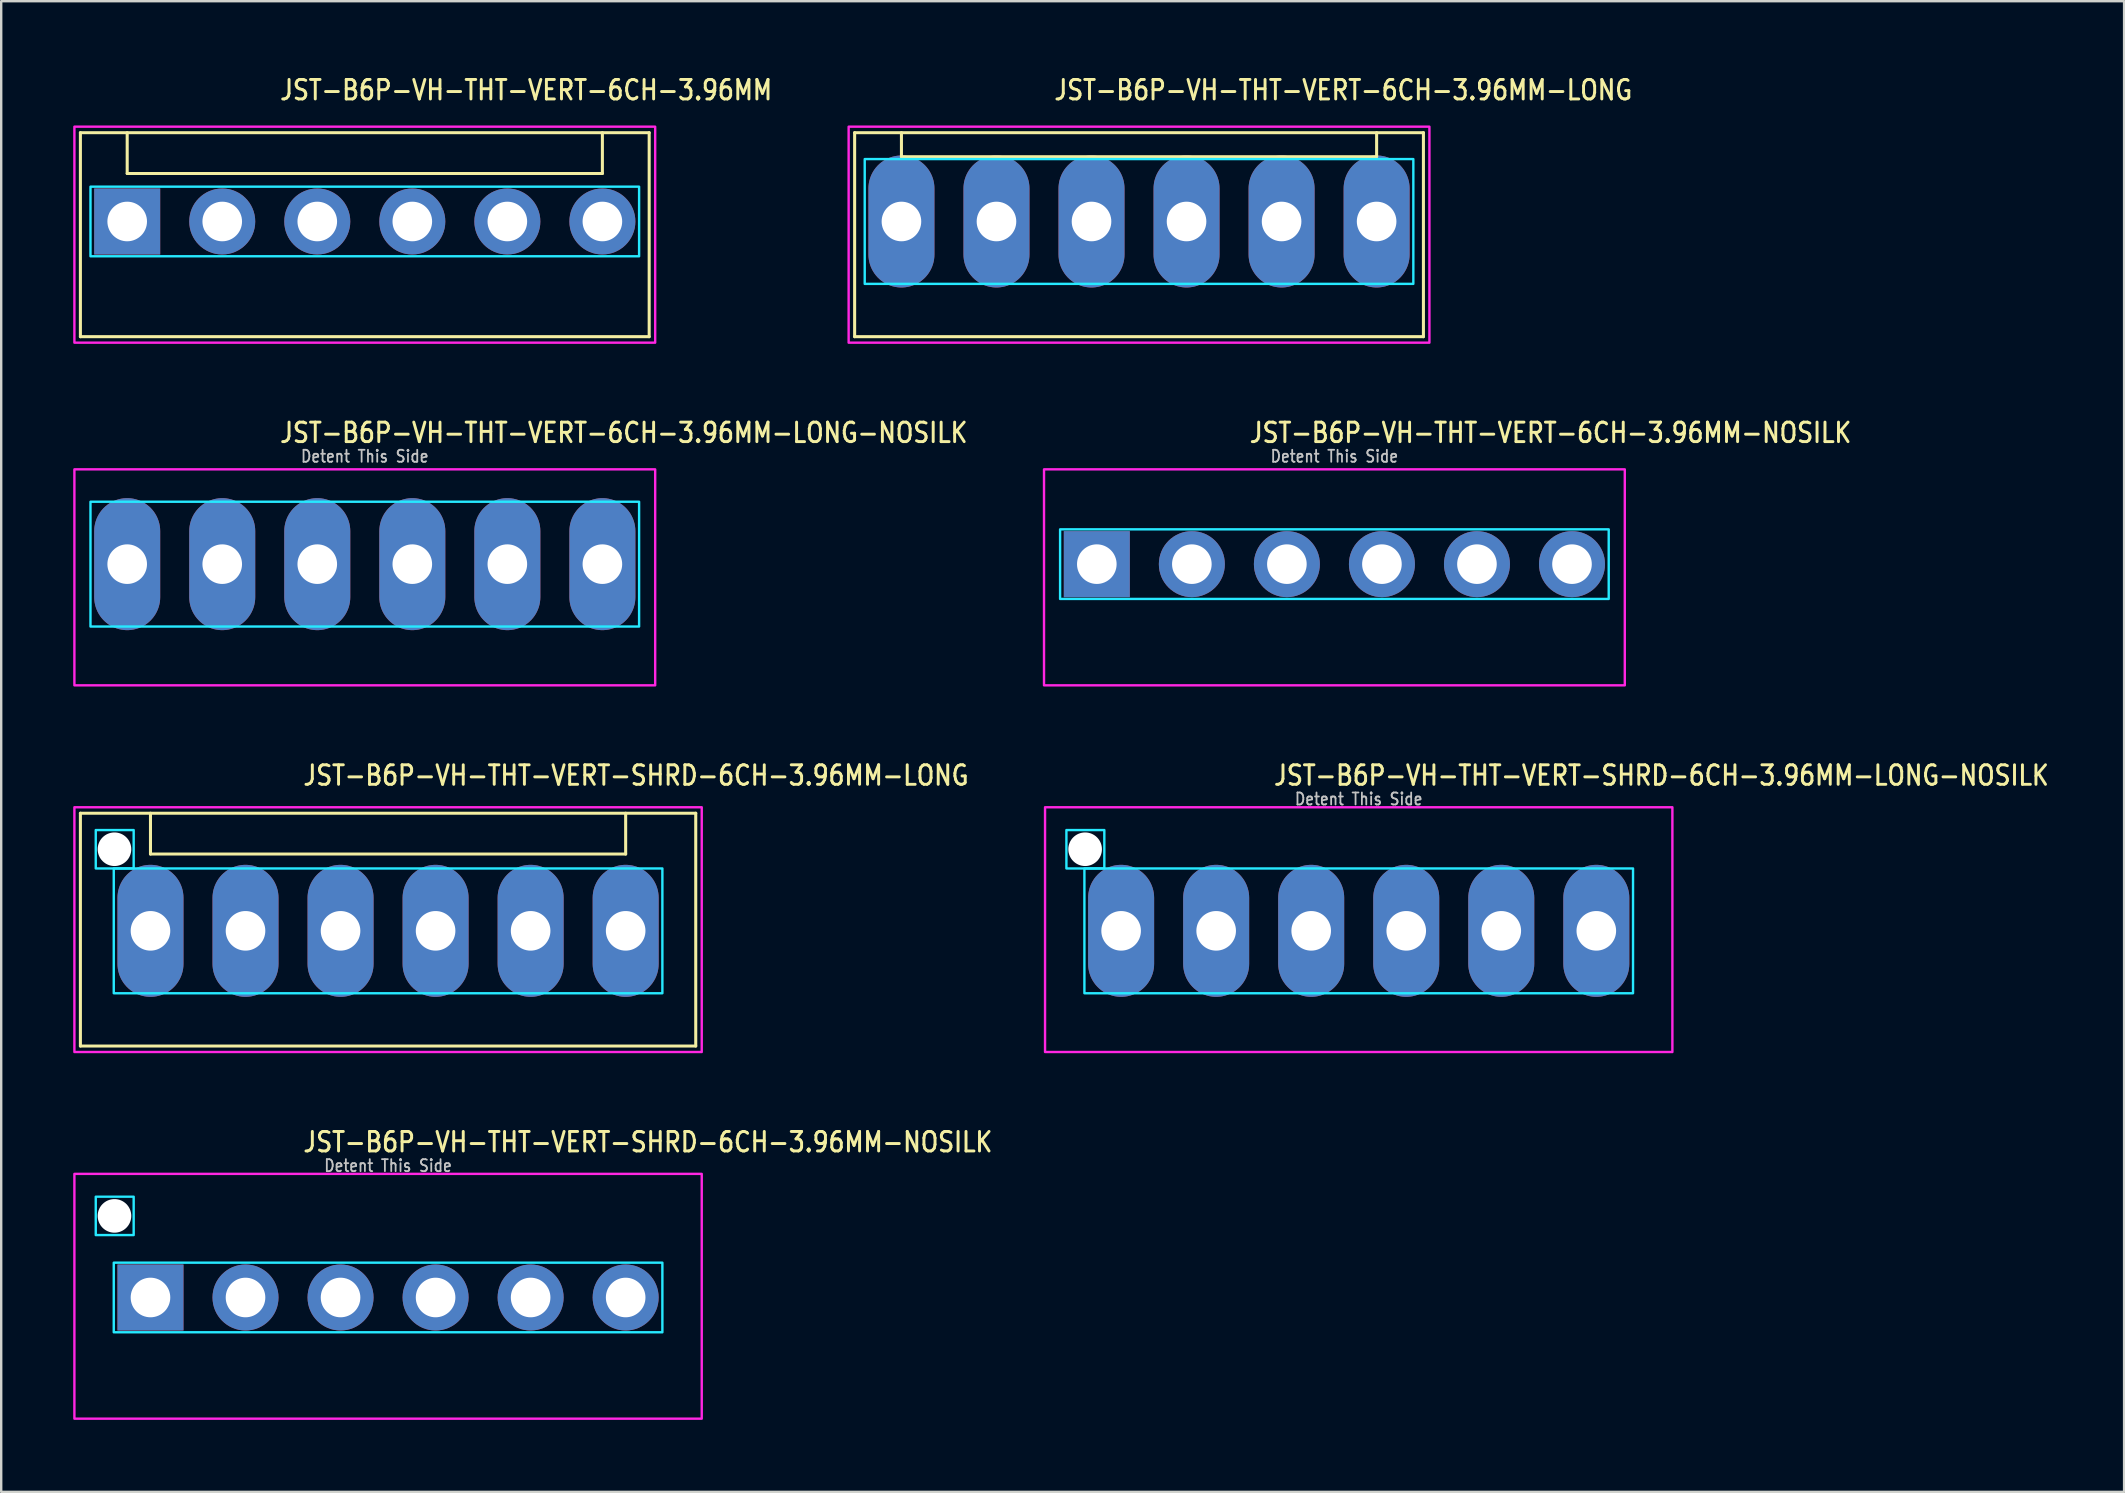
<source format=kicad_pcb>
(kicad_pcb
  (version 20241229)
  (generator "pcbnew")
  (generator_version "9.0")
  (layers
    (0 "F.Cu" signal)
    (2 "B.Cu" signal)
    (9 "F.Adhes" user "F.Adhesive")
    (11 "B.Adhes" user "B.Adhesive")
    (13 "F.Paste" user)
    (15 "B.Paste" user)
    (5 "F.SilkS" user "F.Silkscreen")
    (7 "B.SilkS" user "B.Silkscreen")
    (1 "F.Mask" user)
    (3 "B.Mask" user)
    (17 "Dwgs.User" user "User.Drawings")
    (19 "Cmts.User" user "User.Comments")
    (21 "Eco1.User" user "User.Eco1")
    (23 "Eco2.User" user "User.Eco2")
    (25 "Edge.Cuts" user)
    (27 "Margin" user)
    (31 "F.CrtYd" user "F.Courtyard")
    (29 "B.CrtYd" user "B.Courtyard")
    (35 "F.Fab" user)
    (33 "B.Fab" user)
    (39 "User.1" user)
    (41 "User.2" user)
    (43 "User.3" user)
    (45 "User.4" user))
  (footprint "JST-B6P-VH-THT-VERT-6CH-3.96MM-LONG"
    (layer "F.Cu")
    (at 44.411 6.179)
    (property "Reference" "JST-B6P-VH-THT-VERT-6CH-3.96MM-LONG" (at -3.6 -5 0) (unlocked yes) (layer "F.SilkS") (effects (font (size 0.813 0.695) (thickness 0.122)) (justify left bottom)))
    (fp_line (start -11.85 -3.7) (end 11.85 -3.7) (stroke (width 0.127) (type solid)) (layer "F.SilkS"))
    (fp_line (start -11.85 4.8) (end -11.85 -3.7) (stroke (width 0.127) (type solid)) (layer "F.SilkS"))
    (fp_line (start -11.85 4.8) (end 11.85 4.8) (stroke (width 0.127) (type solid)) (layer "F.SilkS"))
    (fp_line (start -9.9 -3.7) (end -9.9 -2.7) (stroke (width 0.127) (type solid)) (layer "F.SilkS"))
    (fp_line (start -9.9 -2.7) (end 9.9 -2.7) (stroke (width 0.127) (type solid)) (layer "F.SilkS"))
    (fp_line (start 9.9 -3.7) (end 9.9 -2.7) (stroke (width 0.127) (type solid)) (layer "F.SilkS"))
    (fp_line (start 11.85 -3.7) (end 11.85 4.8) (stroke (width 0.127) (type solid)) (layer "F.SilkS"))
    (fp_poly (pts (xy -11.43 -2.6) (xy -11.43 2.6) (xy 11.43 2.6) (xy 11.43 -2.6)) (stroke (width 0.1) (type solid)) (fill no) (layer "B.CrtYd"))
    (fp_poly (pts (xy -12.1 -3.95) (xy -12.1 5.05) (xy 12.1 5.05) (xy 12.1 -3.95)) (stroke (width 0.1) (type solid)) (fill no) (layer "F.CrtYd"))
    (pad "1" thru_hole oval (at -9.9 0 90) (size 5.5 2.75) (drill 1.65) (layers "*.Cu" "*.Mask"))
    (pad "2" thru_hole oval (at -5.94 0 90) (size 5.5 2.75) (drill 1.65) (layers "*.Cu" "*.Mask"))
    (pad "3" thru_hole oval (at -1.98 0 90) (size 5.5 2.75) (drill 1.65) (layers "*.Cu" "*.Mask"))
    (pad "4" thru_hole oval (at 1.98 0 90) (size 5.5 2.75) (drill 1.65) (layers "*.Cu" "*.Mask"))
    (pad "5" thru_hole oval (at 5.94 0 90) (size 5.5 2.75) (drill 1.65) (layers "*.Cu" "*.Mask"))
    (pad "6" thru_hole oval (at 9.9 0 90) (size 5.5 2.75) (drill 1.65) (layers "*.Cu" "*.Mask")))
  (footprint "JST-B6P-VH-THT-VERT-SHRD-6CH-3.96MM-LONG-NOSILK"
    (layer "F.Cu")
    (at 53.565 35.736)
    (property "Reference" "JST-B6P-VH-THT-VERT-SHRD-6CH-3.96MM-LONG-NOSILK" (at -3.6 -6 0) (unlocked yes) (layer "F.SilkS") (effects (font (size 0.813 0.695) (thickness 0.122)) (justify left bottom)))
    (fp_poly (pts (xy -11.43 -2.6) (xy -11.43 2.6) (xy 11.43 2.6) (xy 11.43 -2.6)) (stroke (width 0.1) (type solid)) (fill no) (layer "B.CrtYd"))
    (fp_poly (pts (xy -10.6 -4.2) (xy -10.6 -2.6) (xy -12.18 -2.6) (xy -12.18 -4.2)) (stroke (width 0.1) (type solid)) (fill no) (layer "B.CrtYd"))
    (fp_poly (pts (xy -13.07 -5.15) (xy -13.07 5.05) (xy 13.07 5.05) (xy 13.07 -5.15)) (stroke (width 0.1) (type solid)) (fill no) (layer "F.CrtYd"))
    (fp_text user "Detent This Side" (at 0 -5.2 0) (unlocked yes) (layer "Dwgs.User") (effects (font (size 0.5 0.427) (thickness 0.075)) (justify bottom)))
    (pad "" np_thru_hole circle (at -11.4 -3.4) (size 1.4 1.4) (drill 1.4) (layers "*.Cu" "*.Mask"))
    (pad "1" thru_hole oval (at -9.9 0 90) (size 5.5 2.75) (drill 1.65) (layers "*.Cu" "*.Mask"))
    (pad "2" thru_hole oval (at -5.94 0 90) (size 5.5 2.75) (drill 1.65) (layers "*.Cu" "*.Mask"))
    (pad "3" thru_hole oval (at -1.98 0 90) (size 5.5 2.75) (drill 1.65) (layers "*.Cu" "*.Mask"))
    (pad "4" thru_hole oval (at 1.98 0 90) (size 5.5 2.75) (drill 1.65) (layers "*.Cu" "*.Mask"))
    (pad "5" thru_hole oval (at 5.94 0 90) (size 5.5 2.75) (drill 1.65) (layers "*.Cu" "*.Mask"))
    (pad "6" thru_hole oval (at 9.9 0 90) (size 5.5 2.75) (drill 1.65) (layers "*.Cu" "*.Mask")))
  (footprint "JST-B6P-VH-THT-VERT-6CH-3.96MM"
    (layer "F.Cu")
    (at 12.15 6.179)
    (property "Reference" "JST-B6P-VH-THT-VERT-6CH-3.96MM" (at -3.6 -5 0) (unlocked yes) (layer "F.SilkS") (effects (font (size 0.813 0.695) (thickness 0.122)) (justify left bottom)))
    (fp_line (start -11.85 -3.7) (end 11.85 -3.7) (stroke (width 0.127) (type solid)) (layer "F.SilkS"))
    (fp_line (start -11.85 4.8) (end -11.85 -3.7) (stroke (width 0.127) (type solid)) (layer "F.SilkS"))
    (fp_line (start -11.85 4.8) (end 11.85 4.8) (stroke (width 0.127) (type solid)) (layer "F.SilkS"))
    (fp_line (start -9.9 -3.7) (end -9.9 -2) (stroke (width 0.127) (type solid)) (layer "F.SilkS"))
    (fp_line (start -9.9 -2) (end 9.9 -2) (stroke (width 0.127) (type solid)) (layer "F.SilkS"))
    (fp_line (start 9.9 -3.7) (end 9.9 -2) (stroke (width 0.127) (type solid)) (layer "F.SilkS"))
    (fp_line (start 11.85 -3.7) (end 11.85 4.8) (stroke (width 0.127) (type solid)) (layer "F.SilkS"))
    (fp_poly (pts (xy -11.43 -1.45) (xy -11.43 1.45) (xy 11.43 1.45) (xy 11.43 -1.45)) (stroke (width 0.1) (type solid)) (fill no) (layer "B.CrtYd"))
    (fp_poly (pts (xy -12.1 -3.95) (xy -12.1 5.05) (xy 12.1 5.05) (xy 12.1 -3.95)) (stroke (width 0.1) (type solid)) (fill no) (layer "F.CrtYd"))
    (pad "1" thru_hole rect (at -9.9 0) (size 2.75 2.75) (drill 1.65) (layers "*.Cu" "*.Mask"))
    (pad "2" thru_hole oval (at -5.94 0) (size 2.75 2.75) (drill 1.65) (layers "*.Cu" "*.Mask"))
    (pad "3" thru_hole oval (at -1.98 0) (size 2.75 2.75) (drill 1.65) (layers "*.Cu" "*.Mask"))
    (pad "4" thru_hole oval (at 1.98 0) (size 2.75 2.75) (drill 1.65) (layers "*.Cu" "*.Mask"))
    (pad "5" thru_hole oval (at 5.94 0) (size 2.75 2.75) (drill 1.65) (layers "*.Cu" "*.Mask"))
    (pad "6" thru_hole oval (at 9.9 0) (size 2.75 2.75) (drill 1.65) (layers "*.Cu" "*.Mask")))
  (footprint "JST-B6P-VH-THT-VERT-6CH-3.96MM-NOSILK"
    (layer "F.Cu")
    (at 52.552 20.457)
    (property "Reference" "JST-B6P-VH-THT-VERT-6CH-3.96MM-NOSILK" (at -3.6 -5 0) (unlocked yes) (layer "F.SilkS") (effects (font (size 0.813 0.695) (thickness 0.122)) (justify left bottom)))
    (fp_poly (pts (xy -11.43 -1.45) (xy -11.43 1.45) (xy 11.43 1.45) (xy 11.43 -1.45)) (stroke (width 0.1) (type solid)) (fill no) (layer "B.CrtYd"))
    (fp_poly (pts (xy -12.1 -3.95) (xy -12.1 5.05) (xy 12.1 5.05) (xy 12.1 -3.95)) (stroke (width 0.1) (type solid)) (fill no) (layer "F.CrtYd"))
    (fp_text user "Detent This Side" (at 0 -4.2 0) (unlocked yes) (layer "Dwgs.User") (effects (font (size 0.5 0.427) (thickness 0.075)) (justify bottom)))
    (pad "1" thru_hole rect (at -9.9 0) (size 2.75 2.75) (drill 1.65) (layers "*.Cu" "*.Mask"))
    (pad "2" thru_hole oval (at -5.94 0) (size 2.75 2.75) (drill 1.65) (layers "*.Cu" "*.Mask"))
    (pad "3" thru_hole oval (at -1.98 0) (size 2.75 2.75) (drill 1.65) (layers "*.Cu" "*.Mask"))
    (pad "4" thru_hole oval (at 1.98 0) (size 2.75 2.75) (drill 1.65) (layers "*.Cu" "*.Mask"))
    (pad "5" thru_hole oval (at 5.94 0) (size 2.75 2.75) (drill 1.65) (layers "*.Cu" "*.Mask"))
    (pad "6" thru_hole oval (at 9.9 0) (size 2.75 2.75) (drill 1.65) (layers "*.Cu" "*.Mask")))
  (footprint "JST-B6P-VH-THT-VERT-SHRD-6CH-3.96MM-LONG"
    (layer "F.Cu")
    (at 13.12 35.736)
    (property "Reference" "JST-B6P-VH-THT-VERT-SHRD-6CH-3.96MM-LONG" (at -3.6 -6 0) (unlocked yes) (layer "F.SilkS") (effects (font (size 0.813 0.695) (thickness 0.122)) (justify left bottom)))
    (fp_line (start -12.82 -4.9) (end 12.82 -4.9) (stroke (width 0.127) (type solid)) (layer "F.SilkS"))
    (fp_line (start -12.82 4.8) (end -12.82 -4.9) (stroke (width 0.127) (type solid)) (layer "F.SilkS"))
    (fp_line (start -12.82 4.8) (end 12.82 4.8) (stroke (width 0.127) (type solid)) (layer "F.SilkS"))
    (fp_line (start -9.9 -4.9) (end -9.9 -3.2) (stroke (width 0.127) (type solid)) (layer "F.SilkS"))
    (fp_line (start -9.9 -3.2) (end 9.9 -3.2) (stroke (width 0.127) (type solid)) (layer "F.SilkS"))
    (fp_line (start 9.9 -4.9) (end 9.9 -3.2) (stroke (width 0.127) (type solid)) (layer "F.SilkS"))
    (fp_line (start 12.82 -4.9) (end 12.82 4.8) (stroke (width 0.127) (type solid)) (layer "F.SilkS"))
    (fp_poly (pts (xy -11.43 -2.6) (xy -11.43 2.6) (xy 11.43 2.6) (xy 11.43 -2.6)) (stroke (width 0.1) (type solid)) (fill no) (layer "B.CrtYd"))
    (fp_poly (pts (xy -10.6 -4.2) (xy -10.6 -2.6) (xy -12.18 -2.6) (xy -12.18 -4.2)) (stroke (width 0.1) (type solid)) (fill no) (layer "B.CrtYd"))
    (fp_poly (pts (xy -13.07 -5.15) (xy -13.07 5.05) (xy 13.07 5.05) (xy 13.07 -5.15)) (stroke (width 0.1) (type solid)) (fill no) (layer "F.CrtYd"))
    (pad "" np_thru_hole circle (at -11.4 -3.4) (size 1.4 1.4) (drill 1.4) (layers "*.Cu" "*.Mask"))
    (pad "1" thru_hole oval (at -9.9 0 90) (size 5.5 2.75) (drill 1.65) (layers "*.Cu" "*.Mask"))
    (pad "2" thru_hole oval (at -5.94 0 90) (size 5.5 2.75) (drill 1.65) (layers "*.Cu" "*.Mask"))
    (pad "3" thru_hole oval (at -1.98 0 90) (size 5.5 2.75) (drill 1.65) (layers "*.Cu" "*.Mask"))
    (pad "4" thru_hole oval (at 1.98 0 90) (size 5.5 2.75) (drill 1.65) (layers "*.Cu" "*.Mask"))
    (pad "5" thru_hole oval (at 5.94 0 90) (size 5.5 2.75) (drill 1.65) (layers "*.Cu" "*.Mask"))
    (pad "6" thru_hole oval (at 9.9 0 90) (size 5.5 2.75) (drill 1.65) (layers "*.Cu" "*.Mask")))
  (footprint "JST-B6P-VH-THT-VERT-SHRD-6CH-3.96MM-NOSILK"
    (layer "F.Cu")
    (at 13.12 51.014)
    (property "Reference" "JST-B6P-VH-THT-VERT-SHRD-6CH-3.96MM-NOSILK" (at -3.6 -6 0) (unlocked yes) (layer "F.SilkS") (effects (font (size 0.813 0.695) (thickness 0.122)) (justify left bottom)))
    (fp_poly (pts (xy -11.43 -1.45) (xy -11.43 1.45) (xy 11.43 1.45) (xy 11.43 -1.45)) (stroke (width 0.1) (type solid)) (fill no) (layer "B.CrtYd"))
    (fp_poly (pts (xy -10.6 -4.2) (xy -10.6 -2.6) (xy -12.18 -2.6) (xy -12.18 -4.2)) (stroke (width 0.1) (type solid)) (fill no) (layer "B.CrtYd"))
    (fp_poly (pts (xy -13.07 -5.15) (xy -13.07 5.05) (xy 13.07 5.05) (xy 13.07 -5.15)) (stroke (width 0.1) (type solid)) (fill no) (layer "F.CrtYd"))
    (fp_text user "Detent This Side" (at 0 -5.2 0) (unlocked yes) (layer "Dwgs.User") (effects (font (size 0.5 0.427) (thickness 0.075)) (justify bottom)))
    (pad "" np_thru_hole circle (at -11.4 -3.4) (size 1.4 1.4) (drill 1.4) (layers "*.Cu" "*.Mask"))
    (pad "1" thru_hole rect (at -9.9 0) (size 2.75 2.75) (drill 1.65) (layers "*.Cu" "*.Mask"))
    (pad "2" thru_hole oval (at -5.94 0) (size 2.75 2.75) (drill 1.65) (layers "*.Cu" "*.Mask"))
    (pad "3" thru_hole oval (at -1.98 0) (size 2.75 2.75) (drill 1.65) (layers "*.Cu" "*.Mask"))
    (pad "4" thru_hole oval (at 1.98 0) (size 2.75 2.75) (drill 1.65) (layers "*.Cu" "*.Mask"))
    (pad "5" thru_hole oval (at 5.94 0) (size 2.75 2.75) (drill 1.65) (layers "*.Cu" "*.Mask"))
    (pad "6" thru_hole oval (at 9.9 0) (size 2.75 2.75) (drill 1.65) (layers "*.Cu" "*.Mask")))
  (footprint "JST-B6P-VH-THT-VERT-6CH-3.96MM-LONG-NOSILK"
    (layer "F.Cu")
    (at 12.15 20.457)
    (property "Reference" "JST-B6P-VH-THT-VERT-6CH-3.96MM-LONG-NOSILK" (at -3.6 -5 0) (unlocked yes) (layer "F.SilkS") (effects (font (size 0.813 0.695) (thickness 0.122)) (justify left bottom)))
    (fp_poly (pts (xy -11.43 -2.6) (xy -11.43 2.6) (xy 11.43 2.6) (xy 11.43 -2.6)) (stroke (width 0.1) (type solid)) (fill no) (layer "B.CrtYd"))
    (fp_poly (pts (xy -12.1 -3.95) (xy -12.1 5.05) (xy 12.1 5.05) (xy 12.1 -3.95)) (stroke (width 0.1) (type solid)) (fill no) (layer "F.CrtYd"))
    (fp_text user "Detent This Side" (at 0 -4.2 0) (unlocked yes) (layer "Dwgs.User") (effects (font (size 0.5 0.427) (thickness 0.075)) (justify bottom)))
    (pad "1" thru_hole oval (at -9.9 0 90) (size 5.5 2.75) (drill 1.65) (layers "*.Cu" "*.Mask"))
    (pad "2" thru_hole oval (at -5.94 0 90) (size 5.5 2.75) (drill 1.65) (layers "*.Cu" "*.Mask"))
    (pad "3" thru_hole oval (at -1.98 0 90) (size 5.5 2.75) (drill 1.65) (layers "*.Cu" "*.Mask"))
    (pad "4" thru_hole oval (at 1.98 0 90) (size 5.5 2.75) (drill 1.65) (layers "*.Cu" "*.Mask"))
    (pad "5" thru_hole oval (at 5.94 0 90) (size 5.5 2.75) (drill 1.65) (layers "*.Cu" "*.Mask"))
    (pad "6" thru_hole oval (at 9.9 0 90) (size 5.5 2.75) (drill 1.65) (layers "*.Cu" "*.Mask")))
  (gr_rect
    (start -3 -3)
    (end 85.457 59.114)
    (stroke (width 0.1) (type default))
    (fill no)
    (layer "Edge.Cuts")))
</source>
